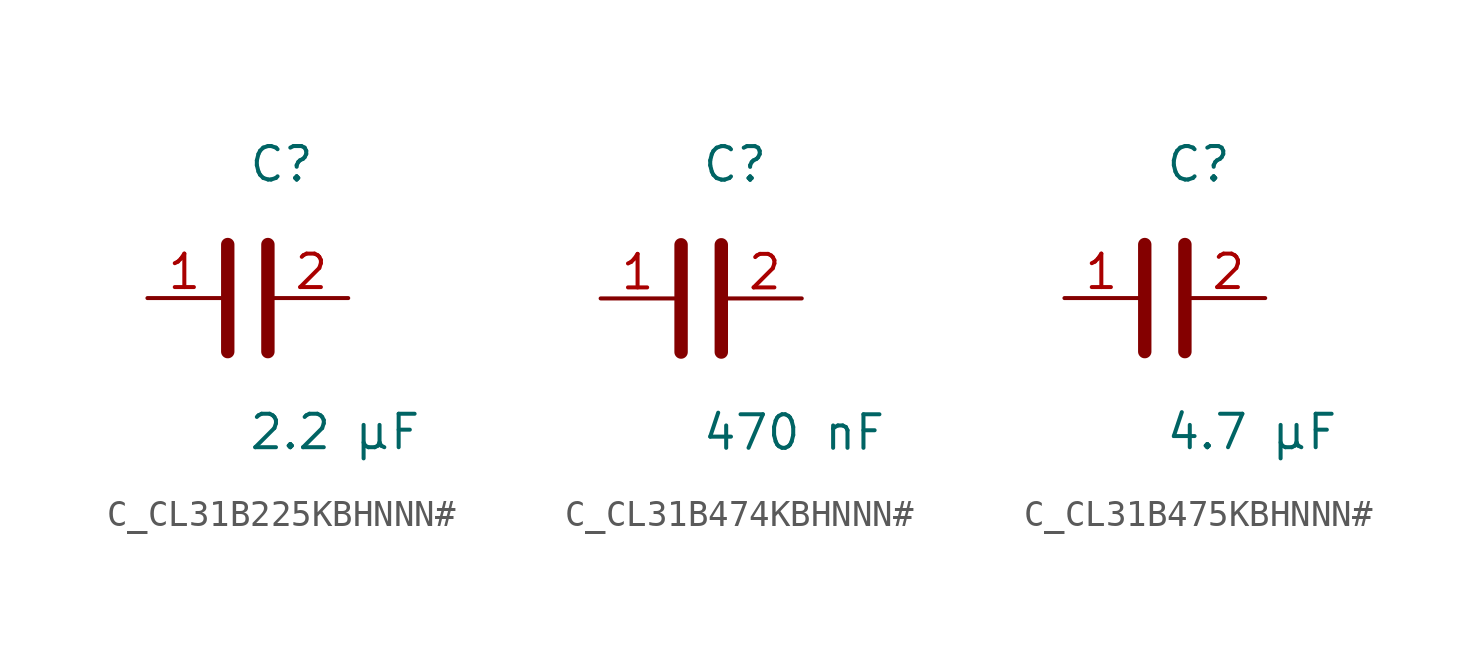
<source format=kicad_sym>
(kicad_symbol_lib
  (version 20231120)
  (generator kicad_symbol_editor)
  (generator_version 8.0)
  (symbol "C_CL31B225KBHNNN#"
    (pin_names
      (offset 0.254))
    (property "Reference" "C"
      (at 0.0 5.08 0)
      (effects (font (size 1.27 1.27)) (justify left)))
    (property "Value" "2.2 µF"
      (at 0.0 -5.08 0)
      (effects (font (size 1.27 1.27)) (justify left)))
    (symbol "C_CL31B225KBHNNN#_0_1"
      (polyline (pts (xy -0.762 -2.032) (xy -0.762 2.032)) (stroke (width 0.508) (type default)) (fill (type none)))
      (polyline (pts (xy 0.762 -2.032) (xy 0.762 2.032)) (stroke (width 0.508) (type default)) (fill (type none))))
    (pin unspecified line
      (at -3.81 0 0)
      (length 2.8)
      (name "" (effects (font (size 1.27 1.27))))
      (number "1" (effects (font (size 1.27 1.27)))))
    (pin unspecified line
      (at 3.81 0 180)
      (length 2.8)
      (name "" (effects (font (size 1.27 1.27))))
      (number "2" (effects (font (size 1.27 1.27))))))
  (symbol "C_CL31B474KBHNNN#"
    (pin_names
      (offset 0.254))
    (property "Reference" "C"
      (at 0.0 5.08 0)
      (effects (font (size 1.27 1.27)) (justify left)))
    (property "Value" "470 nF"
      (at 0.0 -5.08 0)
      (effects (font (size 1.27 1.27)) (justify left)))
    (symbol "C_CL31B474KBHNNN#_0_1"
      (polyline (pts (xy -0.762 -2.032) (xy -0.762 2.032)) (stroke (width 0.508) (type default)) (fill (type none)))
      (polyline (pts (xy 0.762 -2.032) (xy 0.762 2.032)) (stroke (width 0.508) (type default)) (fill (type none))))
    (pin unspecified line
      (at -3.81 0 0)
      (length 2.8)
      (name "" (effects (font (size 1.27 1.27))))
      (number "1" (effects (font (size 1.27 1.27)))))
    (pin unspecified line
      (at 3.81 0 180)
      (length 2.8)
      (name "" (effects (font (size 1.27 1.27))))
      (number "2" (effects (font (size 1.27 1.27))))))
  (symbol "C_CL31B475KBHNNN#"
    (pin_names
      (offset 0.254))
    (property "Reference" "C"
      (at 0.0 5.08 0)
      (effects (font (size 1.27 1.27)) (justify left)))
    (property "Value" "4.7 µF"
      (at 0.0 -5.08 0)
      (effects (font (size 1.27 1.27)) (justify left)))
    (symbol "C_CL31B475KBHNNN#_0_1"
      (polyline (pts (xy -0.762 -2.032) (xy -0.762 2.032)) (stroke (width 0.508) (type default)) (fill (type none)))
      (polyline (pts (xy 0.762 -2.032) (xy 0.762 2.032)) (stroke (width 0.508) (type default)) (fill (type none))))
    (pin unspecified line
      (at -3.81 0 0)
      (length 2.8)
      (name "" (effects (font (size 1.27 1.27))))
      (number "1" (effects (font (size 1.27 1.27)))))
    (pin unspecified line
      (at 3.81 0 180)
      (length 2.8)
      (name "" (effects (font (size 1.27 1.27))))
      (number "2" (effects (font (size 1.27 1.27)))))))
</source>
